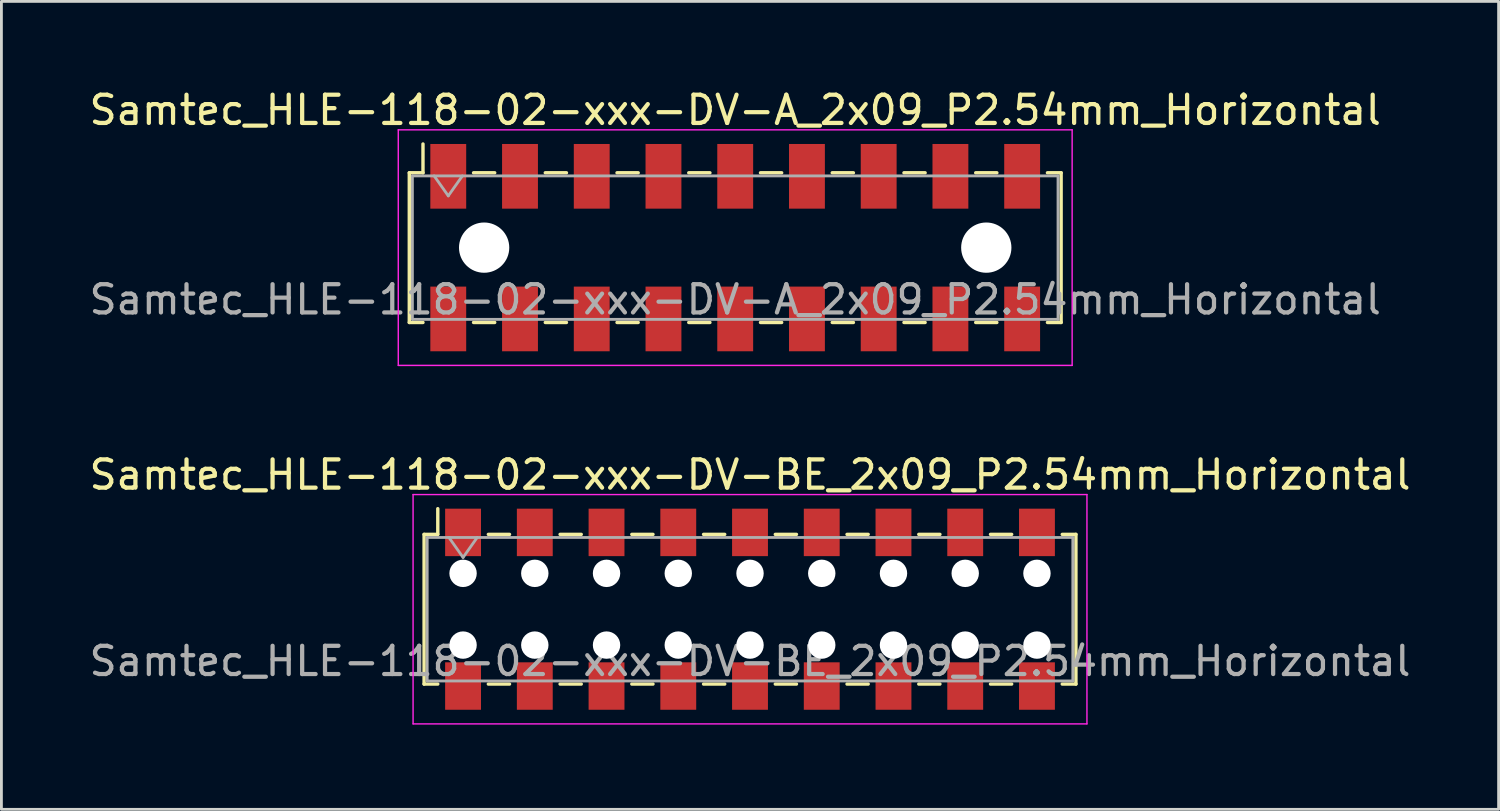
<source format=kicad_pcb>
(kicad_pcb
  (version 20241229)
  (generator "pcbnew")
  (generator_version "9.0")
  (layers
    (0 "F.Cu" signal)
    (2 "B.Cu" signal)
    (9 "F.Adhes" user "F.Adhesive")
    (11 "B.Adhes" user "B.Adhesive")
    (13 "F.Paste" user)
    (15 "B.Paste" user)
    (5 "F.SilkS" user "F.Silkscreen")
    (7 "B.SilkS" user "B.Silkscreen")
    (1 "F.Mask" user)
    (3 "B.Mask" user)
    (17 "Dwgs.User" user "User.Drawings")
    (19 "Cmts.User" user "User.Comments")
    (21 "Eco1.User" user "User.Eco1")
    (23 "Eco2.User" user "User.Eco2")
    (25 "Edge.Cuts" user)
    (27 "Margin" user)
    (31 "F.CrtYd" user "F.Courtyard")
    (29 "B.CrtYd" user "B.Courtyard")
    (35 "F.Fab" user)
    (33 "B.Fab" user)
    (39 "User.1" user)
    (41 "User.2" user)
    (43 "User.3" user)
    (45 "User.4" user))
  (footprint "Samtec_HLE-118-02-xxx-DV-A_2x09_P2.54mm_Horizontal"
    (layer "F.Cu")
    (at 22.982 5.718)
    (property "Reference" "Samtec_HLE-118-02-xxx-DV-A_2x09_P2.54mm_Horizontal" (at 0 -4.87 0) (layer "F.SilkS") (effects (font (size 1 1) (thickness 0.15))))
    (attr smd)
    (fp_line (start -11.54 -2.65) (end -11.54 2.65) (stroke (width 0.12) (type solid)) (layer "F.SilkS"))
    (fp_line (start -11.54 2.65) (end -11.055 2.65) (stroke (width 0.12) (type solid)) (layer "F.SilkS"))
    (fp_line (start -11.055 -3.67) (end -11.055 -2.65) (stroke (width 0.12) (type solid)) (layer "F.SilkS"))
    (fp_line (start -11.055 -2.65) (end -11.54 -2.65) (stroke (width 0.12) (type solid)) (layer "F.SilkS"))
    (fp_line (start -9.265 -2.65) (end -8.515 -2.65) (stroke (width 0.12) (type solid)) (layer "F.SilkS"))
    (fp_line (start -9.265 2.65) (end -8.515 2.65) (stroke (width 0.12) (type solid)) (layer "F.SilkS"))
    (fp_line (start -6.725 -2.65) (end -5.975 -2.65) (stroke (width 0.12) (type solid)) (layer "F.SilkS"))
    (fp_line (start -6.725 2.65) (end -5.975 2.65) (stroke (width 0.12) (type solid)) (layer "F.SilkS"))
    (fp_line (start -4.185 -2.65) (end -3.435 -2.65) (stroke (width 0.12) (type solid)) (layer "F.SilkS"))
    (fp_line (start -4.185 2.65) (end -3.435 2.65) (stroke (width 0.12) (type solid)) (layer "F.SilkS"))
    (fp_line (start -1.645 -2.65) (end -0.895 -2.65) (stroke (width 0.12) (type solid)) (layer "F.SilkS"))
    (fp_line (start -1.645 2.65) (end -0.895 2.65) (stroke (width 0.12) (type solid)) (layer "F.SilkS"))
    (fp_line (start 0.895 -2.65) (end 1.645 -2.65) (stroke (width 0.12) (type solid)) (layer "F.SilkS"))
    (fp_line (start 0.895 2.65) (end 1.645 2.65) (stroke (width 0.12) (type solid)) (layer "F.SilkS"))
    (fp_line (start 3.435 -2.65) (end 4.185 -2.65) (stroke (width 0.12) (type solid)) (layer "F.SilkS"))
    (fp_line (start 3.435 2.65) (end 4.185 2.65) (stroke (width 0.12) (type solid)) (layer "F.SilkS"))
    (fp_line (start 5.975 -2.65) (end 6.725 -2.65) (stroke (width 0.12) (type solid)) (layer "F.SilkS"))
    (fp_line (start 5.975 2.65) (end 6.725 2.65) (stroke (width 0.12) (type solid)) (layer "F.SilkS"))
    (fp_line (start 8.515 -2.65) (end 9.265 -2.65) (stroke (width 0.12) (type solid)) (layer "F.SilkS"))
    (fp_line (start 8.515 2.65) (end 9.265 2.65) (stroke (width 0.12) (type solid)) (layer "F.SilkS"))
    (fp_line (start 11.055 -2.65) (end 11.54 -2.65) (stroke (width 0.12) (type solid)) (layer "F.SilkS"))
    (fp_line (start 11.54 -2.65) (end 11.54 2.65) (stroke (width 0.12) (type solid)) (layer "F.SilkS"))
    (fp_line (start 11.54 2.65) (end 11.055 2.65) (stroke (width 0.12) (type solid)) (layer "F.SilkS"))
    (fp_line (start -11.93 -4.17) (end 11.93 -4.17) (stroke (width 0.05) (type solid)) (layer "F.CrtYd"))
    (fp_line (start -11.93 4.17) (end -11.93 -4.17) (stroke (width 0.05) (type solid)) (layer "F.CrtYd"))
    (fp_line (start 11.93 -4.17) (end 11.93 4.17) (stroke (width 0.05) (type solid)) (layer "F.CrtYd"))
    (fp_line (start 11.93 4.17) (end -11.93 4.17) (stroke (width 0.05) (type solid)) (layer "F.CrtYd"))
    (fp_line (start -11.43 -2.54) (end 11.43 -2.54) (stroke (width 0.1) (type solid)) (layer "F.Fab"))
    (fp_line (start -11.43 2.54) (end -11.43 -2.54) (stroke (width 0.1) (type solid)) (layer "F.Fab"))
    (fp_line (start -10.66 -2.54) (end -10.16 -1.833) (stroke (width 0.1) (type solid)) (layer "F.Fab"))
    (fp_line (start -10.16 -1.833) (end -9.66 -2.54) (stroke (width 0.1) (type solid)) (layer "F.Fab"))
    (fp_line (start 11.43 -2.54) (end 11.43 2.54) (stroke (width 0.1) (type solid)) (layer "F.Fab"))
    (fp_line (start 11.43 2.54) (end -11.43 2.54) (stroke (width 0.1) (type solid)) (layer "F.Fab"))
    (fp_text user "${REFERENCE}" (at 0 1.84 0) (layer "F.Fab") (effects (font (size 1 1) (thickness 0.15))))
    (pad "" np_thru_hole circle (at -8.89 0) (size 1.78 1.78) (drill 1.78) (layers "*.Cu" "*.Mask"))
    (pad "" np_thru_hole circle (at 8.89 0) (size 1.78 1.78) (drill 1.78) (layers "*.Cu" "*.Mask"))
    (pad "1" smd rect (at -10.16 -2.525) (size 1.27 2.29) (layers "F.Cu" "F.Mask" "F.Paste"))
    (pad "2" smd rect (at -10.16 2.525) (size 1.27 2.29) (layers "F.Cu" "F.Mask" "F.Paste"))
    (pad "3" smd rect (at -7.62 -2.525) (size 1.27 2.29) (layers "F.Cu" "F.Mask" "F.Paste"))
    (pad "4" smd rect (at -7.62 2.525) (size 1.27 2.29) (layers "F.Cu" "F.Mask" "F.Paste"))
    (pad "5" smd rect (at -5.08 -2.525) (size 1.27 2.29) (layers "F.Cu" "F.Mask" "F.Paste"))
    (pad "6" smd rect (at -5.08 2.525) (size 1.27 2.29) (layers "F.Cu" "F.Mask" "F.Paste"))
    (pad "7" smd rect (at -2.54 -2.525) (size 1.27 2.29) (layers "F.Cu" "F.Mask" "F.Paste"))
    (pad "8" smd rect (at -2.54 2.525) (size 1.27 2.29) (layers "F.Cu" "F.Mask" "F.Paste"))
    (pad "9" smd rect (at 0 -2.525) (size 1.27 2.29) (layers "F.Cu" "F.Mask" "F.Paste"))
    (pad "10" smd rect (at 0 2.525) (size 1.27 2.29) (layers "F.Cu" "F.Mask" "F.Paste"))
    (pad "11" smd rect (at 2.54 -2.525) (size 1.27 2.29) (layers "F.Cu" "F.Mask" "F.Paste"))
    (pad "12" smd rect (at 2.54 2.525) (size 1.27 2.29) (layers "F.Cu" "F.Mask" "F.Paste"))
    (pad "13" smd rect (at 5.08 -2.525) (size 1.27 2.29) (layers "F.Cu" "F.Mask" "F.Paste"))
    (pad "14" smd rect (at 5.08 2.525) (size 1.27 2.29) (layers "F.Cu" "F.Mask" "F.Paste"))
    (pad "15" smd rect (at 7.62 -2.525) (size 1.27 2.29) (layers "F.Cu" "F.Mask" "F.Paste"))
    (pad "16" smd rect (at 7.62 2.525) (size 1.27 2.29) (layers "F.Cu" "F.Mask" "F.Paste"))
    (pad "17" smd rect (at 10.16 -2.525) (size 1.27 2.29) (layers "F.Cu" "F.Mask" "F.Paste"))
    (pad "18" smd rect (at 10.16 2.525) (size 1.27 2.29) (layers "F.Cu" "F.Mask" "F.Paste")))
  (footprint "Samtec_HLE-118-02-xxx-DV-BE_2x09_P2.54mm_Horizontal"
    (layer "F.Cu")
    (at 23.506 18.521)
    (property "Reference" "Samtec_HLE-118-02-xxx-DV-BE_2x09_P2.54mm_Horizontal" (at 0 -4.76 0) (layer "F.SilkS") (effects (font (size 1 1) (thickness 0.15))))
    (attr smd)
    (fp_line (start -11.54 -2.65) (end -11.54 2.65) (stroke (width 0.12) (type solid)) (layer "F.SilkS"))
    (fp_line (start -11.54 2.65) (end -11.055 2.65) (stroke (width 0.12) (type solid)) (layer "F.SilkS"))
    (fp_line (start -11.055 -3.56) (end -11.055 -2.65) (stroke (width 0.12) (type solid)) (layer "F.SilkS"))
    (fp_line (start -11.055 -2.65) (end -11.54 -2.65) (stroke (width 0.12) (type solid)) (layer "F.SilkS"))
    (fp_line (start -9.265 -2.65) (end -8.515 -2.65) (stroke (width 0.12) (type solid)) (layer "F.SilkS"))
    (fp_line (start -9.265 2.65) (end -8.515 2.65) (stroke (width 0.12) (type solid)) (layer "F.SilkS"))
    (fp_line (start -6.725 -2.65) (end -5.975 -2.65) (stroke (width 0.12) (type solid)) (layer "F.SilkS"))
    (fp_line (start -6.725 2.65) (end -5.975 2.65) (stroke (width 0.12) (type solid)) (layer "F.SilkS"))
    (fp_line (start -4.185 -2.65) (end -3.435 -2.65) (stroke (width 0.12) (type solid)) (layer "F.SilkS"))
    (fp_line (start -4.185 2.65) (end -3.435 2.65) (stroke (width 0.12) (type solid)) (layer "F.SilkS"))
    (fp_line (start -1.645 -2.65) (end -0.895 -2.65) (stroke (width 0.12) (type solid)) (layer "F.SilkS"))
    (fp_line (start -1.645 2.65) (end -0.895 2.65) (stroke (width 0.12) (type solid)) (layer "F.SilkS"))
    (fp_line (start 0.895 -2.65) (end 1.645 -2.65) (stroke (width 0.12) (type solid)) (layer "F.SilkS"))
    (fp_line (start 0.895 2.65) (end 1.645 2.65) (stroke (width 0.12) (type solid)) (layer "F.SilkS"))
    (fp_line (start 3.435 -2.65) (end 4.185 -2.65) (stroke (width 0.12) (type solid)) (layer "F.SilkS"))
    (fp_line (start 3.435 2.65) (end 4.185 2.65) (stroke (width 0.12) (type solid)) (layer "F.SilkS"))
    (fp_line (start 5.975 -2.65) (end 6.725 -2.65) (stroke (width 0.12) (type solid)) (layer "F.SilkS"))
    (fp_line (start 5.975 2.65) (end 6.725 2.65) (stroke (width 0.12) (type solid)) (layer "F.SilkS"))
    (fp_line (start 8.515 -2.65) (end 9.265 -2.65) (stroke (width 0.12) (type solid)) (layer "F.SilkS"))
    (fp_line (start 8.515 2.65) (end 9.265 2.65) (stroke (width 0.12) (type solid)) (layer "F.SilkS"))
    (fp_line (start 11.055 -2.65) (end 11.54 -2.65) (stroke (width 0.12) (type solid)) (layer "F.SilkS"))
    (fp_line (start 11.54 -2.65) (end 11.54 2.65) (stroke (width 0.12) (type solid)) (layer "F.SilkS"))
    (fp_line (start 11.54 2.65) (end 11.055 2.65) (stroke (width 0.12) (type solid)) (layer "F.SilkS"))
    (fp_line (start -11.93 -4.06) (end 11.93 -4.06) (stroke (width 0.05) (type solid)) (layer "F.CrtYd"))
    (fp_line (start -11.93 4.06) (end -11.93 -4.06) (stroke (width 0.05) (type solid)) (layer "F.CrtYd"))
    (fp_line (start 11.93 -4.06) (end 11.93 4.06) (stroke (width 0.05) (type solid)) (layer "F.CrtYd"))
    (fp_line (start 11.93 4.06) (end -11.93 4.06) (stroke (width 0.05) (type solid)) (layer "F.CrtYd"))
    (fp_line (start -11.43 -2.54) (end 11.43 -2.54) (stroke (width 0.1) (type solid)) (layer "F.Fab"))
    (fp_line (start -11.43 2.54) (end -11.43 -2.54) (stroke (width 0.1) (type solid)) (layer "F.Fab"))
    (fp_line (start -10.66 -2.54) (end -10.16 -1.833) (stroke (width 0.1) (type solid)) (layer "F.Fab"))
    (fp_line (start -10.16 -1.833) (end -9.66 -2.54) (stroke (width 0.1) (type solid)) (layer "F.Fab"))
    (fp_line (start 11.43 -2.54) (end 11.43 2.54) (stroke (width 0.1) (type solid)) (layer "F.Fab"))
    (fp_line (start 11.43 2.54) (end -11.43 2.54) (stroke (width 0.1) (type solid)) (layer "F.Fab"))
    (fp_text user "${REFERENCE}" (at 0 1.84 0) (layer "F.Fab") (effects (font (size 1 1) (thickness 0.15))))
    (pad "" np_thru_hole circle (at -10.16 -1.27) (size 0.97 0.97) (drill 0.97) (layers "*.Cu" "*.Mask"))
    (pad "" np_thru_hole circle (at -10.16 1.27) (size 0.97 0.97) (drill 0.97) (layers "*.Cu" "*.Mask"))
    (pad "" np_thru_hole circle (at -7.62 -1.27) (size 0.97 0.97) (drill 0.97) (layers "*.Cu" "*.Mask"))
    (pad "" np_thru_hole circle (at -7.62 1.27) (size 0.97 0.97) (drill 0.97) (layers "*.Cu" "*.Mask"))
    (pad "" np_thru_hole circle (at -5.08 -1.27) (size 0.97 0.97) (drill 0.97) (layers "*.Cu" "*.Mask"))
    (pad "" np_thru_hole circle (at -5.08 1.27) (size 0.97 0.97) (drill 0.97) (layers "*.Cu" "*.Mask"))
    (pad "" np_thru_hole circle (at -2.54 -1.27) (size 0.97 0.97) (drill 0.97) (layers "*.Cu" "*.Mask"))
    (pad "" np_thru_hole circle (at -2.54 1.27) (size 0.97 0.97) (drill 0.97) (layers "*.Cu" "*.Mask"))
    (pad "" np_thru_hole circle (at 0 -1.27) (size 0.97 0.97) (drill 0.97) (layers "*.Cu" "*.Mask"))
    (pad "" np_thru_hole circle (at 0 1.27) (size 0.97 0.97) (drill 0.97) (layers "*.Cu" "*.Mask"))
    (pad "" np_thru_hole circle (at 2.54 -1.27) (size 0.97 0.97) (drill 0.97) (layers "*.Cu" "*.Mask"))
    (pad "" np_thru_hole circle (at 2.54 1.27) (size 0.97 0.97) (drill 0.97) (layers "*.Cu" "*.Mask"))
    (pad "" np_thru_hole circle (at 5.08 -1.27) (size 0.97 0.97) (drill 0.97) (layers "*.Cu" "*.Mask"))
    (pad "" np_thru_hole circle (at 5.08 1.27) (size 0.97 0.97) (drill 0.97) (layers "*.Cu" "*.Mask"))
    (pad "" np_thru_hole circle (at 7.62 -1.27) (size 0.97 0.97) (drill 0.97) (layers "*.Cu" "*.Mask"))
    (pad "" np_thru_hole circle (at 7.62 1.27) (size 0.97 0.97) (drill 0.97) (layers "*.Cu" "*.Mask"))
    (pad "" np_thru_hole circle (at 10.16 -1.27) (size 0.97 0.97) (drill 0.97) (layers "*.Cu" "*.Mask"))
    (pad "" np_thru_hole circle (at 10.16 1.27) (size 0.97 0.97) (drill 0.97) (layers "*.Cu" "*.Mask"))
    (pad "1" smd rect (at -10.16 -2.72) (size 1.27 1.68) (layers "F.Cu" "F.Mask" "F.Paste"))
    (pad "2" smd rect (at -10.16 2.72) (size 1.27 1.68) (layers "F.Cu" "F.Mask" "F.Paste"))
    (pad "3" smd rect (at -7.62 -2.72) (size 1.27 1.68) (layers "F.Cu" "F.Mask" "F.Paste"))
    (pad "4" smd rect (at -7.62 2.72) (size 1.27 1.68) (layers "F.Cu" "F.Mask" "F.Paste"))
    (pad "5" smd rect (at -5.08 -2.72) (size 1.27 1.68) (layers "F.Cu" "F.Mask" "F.Paste"))
    (pad "6" smd rect (at -5.08 2.72) (size 1.27 1.68) (layers "F.Cu" "F.Mask" "F.Paste"))
    (pad "7" smd rect (at -2.54 -2.72) (size 1.27 1.68) (layers "F.Cu" "F.Mask" "F.Paste"))
    (pad "8" smd rect (at -2.54 2.72) (size 1.27 1.68) (layers "F.Cu" "F.Mask" "F.Paste"))
    (pad "9" smd rect (at 0 -2.72) (size 1.27 1.68) (layers "F.Cu" "F.Mask" "F.Paste"))
    (pad "10" smd rect (at 0 2.72) (size 1.27 1.68) (layers "F.Cu" "F.Mask" "F.Paste"))
    (pad "11" smd rect (at 2.54 -2.72) (size 1.27 1.68) (layers "F.Cu" "F.Mask" "F.Paste"))
    (pad "12" smd rect (at 2.54 2.72) (size 1.27 1.68) (layers "F.Cu" "F.Mask" "F.Paste"))
    (pad "13" smd rect (at 5.08 -2.72) (size 1.27 1.68) (layers "F.Cu" "F.Mask" "F.Paste"))
    (pad "14" smd rect (at 5.08 2.72) (size 1.27 1.68) (layers "F.Cu" "F.Mask" "F.Paste"))
    (pad "15" smd rect (at 7.62 -2.72) (size 1.27 1.68) (layers "F.Cu" "F.Mask" "F.Paste"))
    (pad "16" smd rect (at 7.62 2.72) (size 1.27 1.68) (layers "F.Cu" "F.Mask" "F.Paste"))
    (pad "17" smd rect (at 10.16 -2.72) (size 1.27 1.68) (layers "F.Cu" "F.Mask" "F.Paste"))
    (pad "18" smd rect (at 10.16 2.72) (size 1.27 1.68) (layers "F.Cu" "F.Mask" "F.Paste")))
  (gr_rect
    (start -3 -3)
    (end 50.012 25.607)
    (stroke (width 0.1) (type default))
    (fill no)
    (layer "Edge.Cuts")))
</source>
